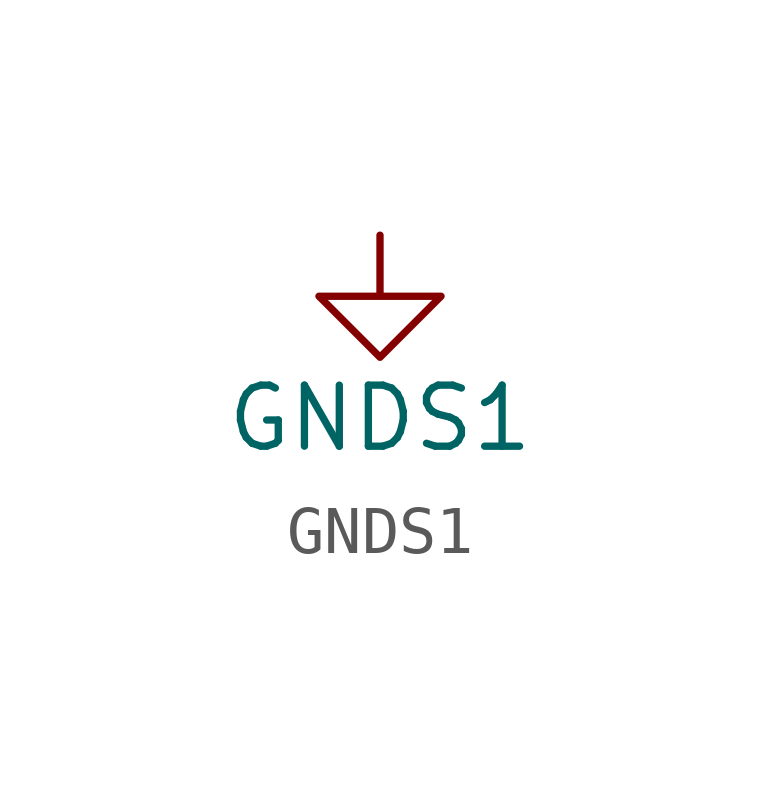
<source format=kicad_sym>
(kicad_symbol_lib
  (version 20220914)
  (generator kicad_symbol_editor)
  (symbol "GNDS1"
    (power)
    (pin_names
      (offset 0))
    (property "Reference" "#PWR"
      (at 0 -6.35 0)
      (effects (font (size 1.27 1.27)) hide))
    (property "Value" "GNDS1"
      (at 0 -3.81 0)
      (effects (font (size 1.27 1.27))))
    (symbol "GNDS1_0_1"
      (polyline (pts (xy 0 0) (xy 0 -1.27) (xy 1.27 -1.27) (xy 0 -2.54) (xy -1.27 -1.27) (xy 0 -1.27)) (stroke (width 0) (type default)) (fill (type none))))
    (symbol "GNDS1_1_1"
      (pin power_in line (at 0 0 270) (length 0) hide (name "GNDS1" (effects (font (size 1.27 1.27)))) (number "1" (effects (font (size 1.27 1.27))))))))
</source>
